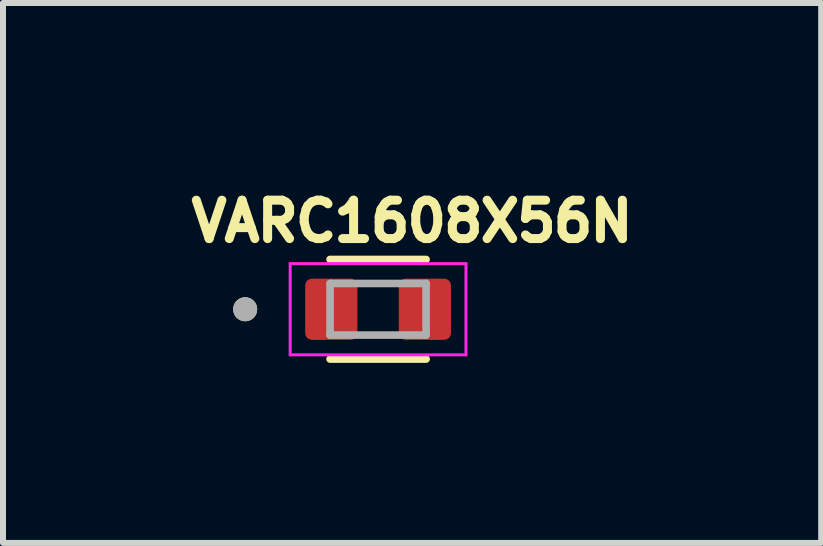
<source format=kicad_pcb>
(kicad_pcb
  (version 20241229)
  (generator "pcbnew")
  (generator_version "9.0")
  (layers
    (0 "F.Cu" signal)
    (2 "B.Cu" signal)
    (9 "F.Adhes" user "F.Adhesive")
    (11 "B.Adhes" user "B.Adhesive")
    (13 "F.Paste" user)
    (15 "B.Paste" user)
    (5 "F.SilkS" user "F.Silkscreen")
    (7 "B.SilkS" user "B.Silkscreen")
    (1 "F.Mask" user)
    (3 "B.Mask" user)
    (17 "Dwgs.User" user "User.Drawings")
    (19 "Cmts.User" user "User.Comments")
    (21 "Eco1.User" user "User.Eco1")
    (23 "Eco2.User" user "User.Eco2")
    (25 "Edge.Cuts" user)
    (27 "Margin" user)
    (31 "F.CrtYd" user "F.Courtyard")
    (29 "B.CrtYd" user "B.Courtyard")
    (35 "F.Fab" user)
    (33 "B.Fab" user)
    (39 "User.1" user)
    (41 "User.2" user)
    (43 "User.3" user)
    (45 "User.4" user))
  (footprint "VARC1608X56N"
    (layer "F.Cu")
    (at 3.251 2.104)
    (property "Reference" "VARC1608X56N" (at 0.567 -1.466 0) (layer "F.SilkS") (effects (font (size 0.64 0.64) (thickness 0.15))))
    (attr smd)
    (fp_line (start -0.8 -0.83) (end 0.8 -0.83) (stroke (width 0.127) (type solid)) (layer "F.SilkS"))
    (fp_line (start -0.8 0.83) (end 0.8 0.83) (stroke (width 0.127) (type solid)) (layer "F.SilkS"))
    (fp_circle (center -2.215 0) (end -2.115 0) (stroke (width 0.2) (type solid)) (fill no) (layer "F.SilkS"))
    (fp_line (start -1.465 -0.76) (end -1.465 0.76) (stroke (width 0.05) (type solid)) (layer "F.CrtYd"))
    (fp_line (start -1.465 0.76) (end 1.465 0.76) (stroke (width 0.05) (type solid)) (layer "F.CrtYd"))
    (fp_line (start 1.465 -0.76) (end -1.465 -0.76) (stroke (width 0.05) (type solid)) (layer "F.CrtYd"))
    (fp_line (start 1.465 0.76) (end 1.465 -0.76) (stroke (width 0.05) (type solid)) (layer "F.CrtYd"))
    (fp_line (start -0.8 -0.43) (end 0.8 -0.43) (stroke (width 0.127) (type solid)) (layer "F.Fab"))
    (fp_line (start -0.8 0.43) (end -0.8 -0.43) (stroke (width 0.127) (type solid)) (layer "F.Fab"))
    (fp_line (start 0.8 -0.43) (end 0.8 0.43) (stroke (width 0.127) (type solid)) (layer "F.Fab"))
    (fp_line (start 0.8 0.43) (end -0.8 0.43) (stroke (width 0.127) (type solid)) (layer "F.Fab"))
    (fp_circle (center -2.215 0) (end -2.115 0) (stroke (width 0.2) (type solid)) (fill no) (layer "F.Fab"))
    (pad "1" smd roundrect (at -0.78 0) (size 0.87 1.02) (layers "F.Cu" "F.Mask" "F.Paste") (roundrect_rratio 0.13))
    (pad "2" smd roundrect (at 0.78 0) (size 0.87 1.02) (layers "F.Cu" "F.Mask" "F.Paste") (roundrect_rratio 0.13)))
  (gr_rect
    (start -3 -3)
    (end 10.636 5.998)
    (stroke (width 0.1) (type default))
    (fill no)
    (layer "Edge.Cuts")))
</source>
